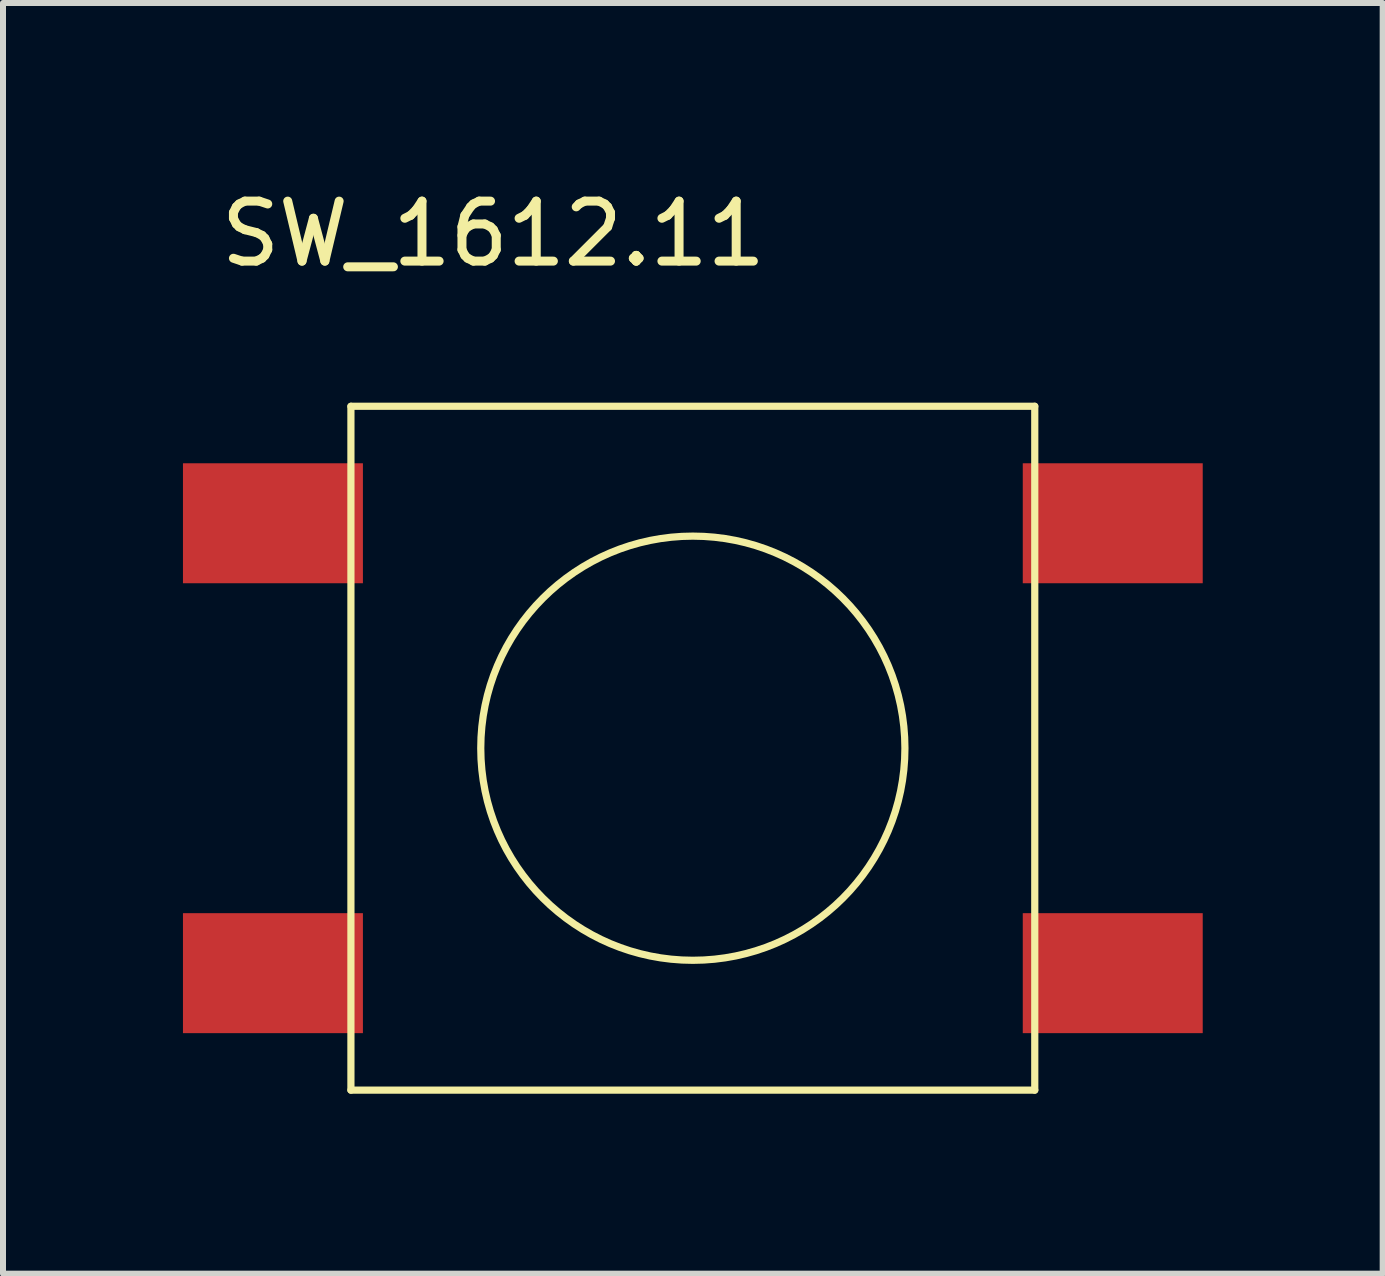
<source format=kicad_pcb>
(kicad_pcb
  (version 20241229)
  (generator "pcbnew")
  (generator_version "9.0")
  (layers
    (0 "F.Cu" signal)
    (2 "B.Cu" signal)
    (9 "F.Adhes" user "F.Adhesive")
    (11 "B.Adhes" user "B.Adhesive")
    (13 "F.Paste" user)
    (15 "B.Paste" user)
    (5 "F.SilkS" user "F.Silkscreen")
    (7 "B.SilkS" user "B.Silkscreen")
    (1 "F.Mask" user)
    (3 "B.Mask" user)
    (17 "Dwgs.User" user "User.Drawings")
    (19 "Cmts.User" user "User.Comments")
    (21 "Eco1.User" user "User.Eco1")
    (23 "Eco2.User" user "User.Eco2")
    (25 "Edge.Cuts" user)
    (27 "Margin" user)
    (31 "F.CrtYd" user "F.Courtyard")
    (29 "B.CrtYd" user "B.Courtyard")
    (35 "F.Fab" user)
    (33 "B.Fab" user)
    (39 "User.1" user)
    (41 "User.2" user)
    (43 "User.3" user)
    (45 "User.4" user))
  (footprint "SW_1612.11"
    (layer "F.Cu")
    (at 8.5 9.423)
    (property "Reference" "SW_1612.11" (at -3.325 -8.575 180) (layer "F.SilkS") (effects (font (size 1 1) (thickness 0.15))))
    (attr smd)
    (fp_line (start -5.7 -5.7) (end -5.7 5.7) (stroke (width 0.12) (type solid)) (layer "F.SilkS"))
    (fp_line (start -5.7 5.7) (end 5.7 5.7) (stroke (width 0.12) (type solid)) (layer "F.SilkS"))
    (fp_line (start 5.7 -5.7) (end -5.7 -5.7) (stroke (width 0.12) (type solid)) (layer "F.SilkS"))
    (fp_line (start 5.7 5.7) (end 5.7 -5.7) (stroke (width 0.12) (type solid)) (layer "F.SilkS"))
    (fp_circle (center 0 0) (end 2.5 -2.5) (stroke (width 0.12) (type solid)) (fill no) (layer "F.SilkS"))
    (pad "1" smd rect (at -7 -3.75) (size 3 2) (layers "F.Cu" "F.Mask" "F.Paste"))
    (pad "1" smd rect (at 7 -3.75) (size 3 2) (layers "F.Cu" "F.Mask" "F.Paste"))
    (pad "2" smd rect (at -7 3.75) (size 3 2) (layers "F.Cu" "F.Mask" "F.Paste"))
    (pad "2" smd rect (at 7 3.75) (size 3 2) (layers "F.Cu" "F.Mask" "F.Paste")))
  (gr_rect
    (start -3 -3)
    (end 20 18.183)
    (stroke (width 0.1) (type default))
    (fill no)
    (layer "Edge.Cuts")))
</source>
